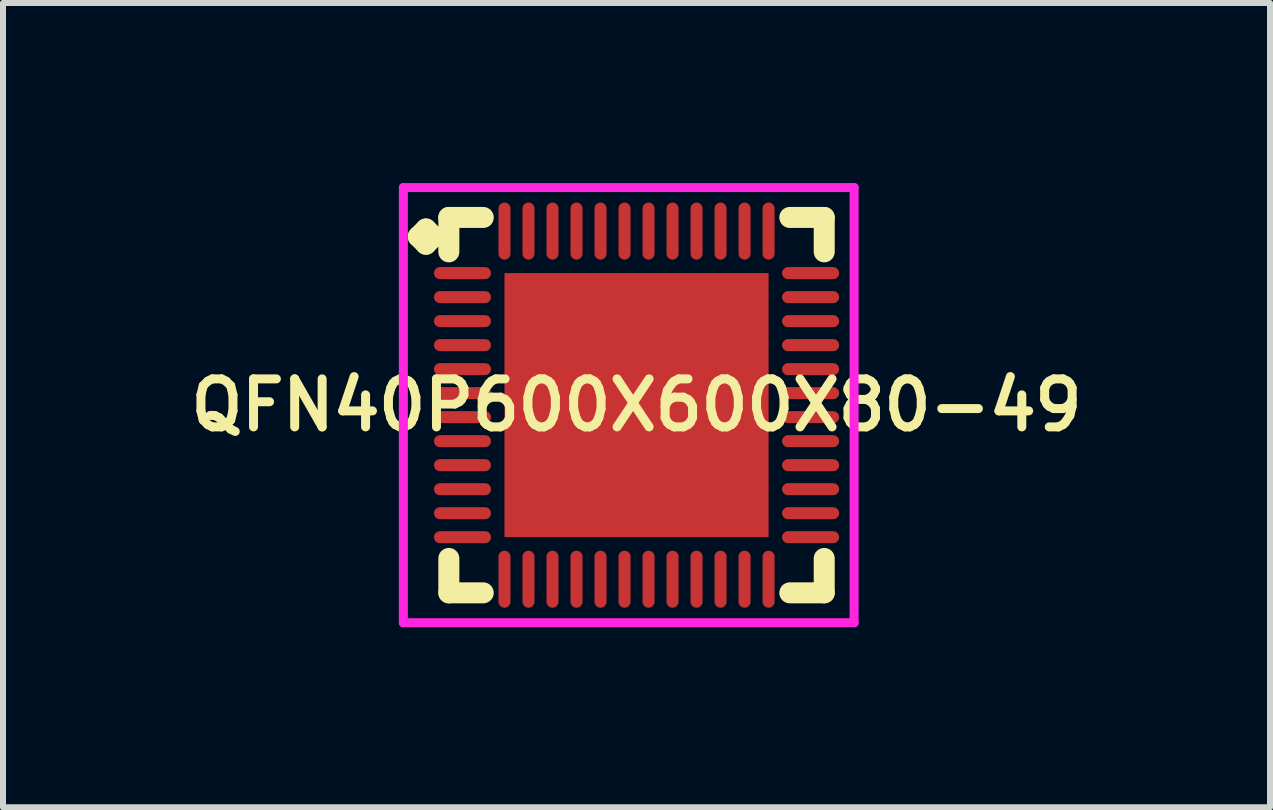
<source format=kicad_pcb>
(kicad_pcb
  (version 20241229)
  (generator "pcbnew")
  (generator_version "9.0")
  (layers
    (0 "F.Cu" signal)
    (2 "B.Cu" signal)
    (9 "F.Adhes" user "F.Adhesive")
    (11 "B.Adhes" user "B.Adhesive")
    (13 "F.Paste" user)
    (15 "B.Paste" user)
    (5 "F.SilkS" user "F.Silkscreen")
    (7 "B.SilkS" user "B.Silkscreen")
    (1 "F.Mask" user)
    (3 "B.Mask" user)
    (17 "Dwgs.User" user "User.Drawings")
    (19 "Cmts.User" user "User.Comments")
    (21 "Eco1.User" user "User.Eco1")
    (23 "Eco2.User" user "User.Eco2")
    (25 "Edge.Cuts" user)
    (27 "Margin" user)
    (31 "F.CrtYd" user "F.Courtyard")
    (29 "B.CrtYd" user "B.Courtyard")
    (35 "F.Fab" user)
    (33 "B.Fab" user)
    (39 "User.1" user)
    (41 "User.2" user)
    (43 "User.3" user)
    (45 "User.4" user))
  (footprint "QFN40P600X600X80-49"
    (layer "F.Cu")
    (at 7.555 3.7)
    (property "Reference" "QFN40P600X600X80-49" (at 0 0 0) (layer "F.SilkS") (effects (font (size 0.8 0.8) (thickness 0.15))))
    (attr through_hole)
    (fp_line (start -3.635 -2.808) (end -3.508 -2.935) (stroke (width 0.35) (type solid)) (layer "F.SilkS"))
    (fp_line (start -3.508 -2.935) (end -3.381 -2.808) (stroke (width 0.35) (type solid)) (layer "F.SilkS"))
    (fp_line (start -3.508 -2.681) (end -3.635 -2.808) (stroke (width 0.35) (type solid)) (layer "F.SilkS"))
    (fp_line (start -3.381 -2.808) (end -3.508 -2.681) (stroke (width 0.35) (type solid)) (layer "F.SilkS"))
    (fp_line (start -3.127 -3.127) (end -2.554 -3.127) (stroke (width 0.35) (type solid)) (layer "F.SilkS"))
    (fp_line (start -3.127 -2.554) (end -3.127 -3.127) (stroke (width 0.35) (type solid)) (layer "F.SilkS"))
    (fp_line (start -3.127 2.554) (end -3.127 3.127) (stroke (width 0.35) (type solid)) (layer "F.SilkS"))
    (fp_line (start -3.127 3.127) (end -2.554 3.127) (stroke (width 0.35) (type solid)) (layer "F.SilkS"))
    (fp_line (start 2.554 -3.127) (end 3.127 -3.127) (stroke (width 0.35) (type solid)) (layer "F.SilkS"))
    (fp_line (start 2.554 3.127) (end 3.127 3.127) (stroke (width 0.35) (type solid)) (layer "F.SilkS"))
    (fp_line (start 3.127 -3.127) (end 3.127 -2.554) (stroke (width 0.35) (type solid)) (layer "F.SilkS"))
    (fp_line (start 3.127 3.127) (end 3.127 2.554) (stroke (width 0.35) (type solid)) (layer "F.SilkS"))
    (fp_line (start -3.885 -3.625) (end 3.625 -3.625) (stroke (width 0.15) (type solid)) (layer "F.CrtYd"))
    (fp_line (start -3.885 3.625) (end -3.885 -3.625) (stroke (width 0.15) (type solid)) (layer "F.CrtYd"))
    (fp_line (start 3.625 -3.625) (end 3.625 3.625) (stroke (width 0.15) (type solid)) (layer "F.CrtYd"))
    (fp_line (start 3.625 3.625) (end -3.885 3.625) (stroke (width 0.15) (type solid)) (layer "F.CrtYd"))
    (pad "1" smd oval (at -2.9 -2.2) (size 0.95 0.2) (layers "F.Cu" "F.Mask" "F.Paste"))
    (pad "2" smd oval (at -2.9 -1.8) (size 0.95 0.2) (layers "F.Cu" "F.Mask" "F.Paste"))
    (pad "3" smd oval (at -2.9 -1.4) (size 0.95 0.2) (layers "F.Cu" "F.Mask" "F.Paste"))
    (pad "4" smd oval (at -2.9 -1) (size 0.95 0.2) (layers "F.Cu" "F.Mask" "F.Paste"))
    (pad "5" smd oval (at -2.9 -0.6) (size 0.95 0.2) (layers "F.Cu" "F.Mask" "F.Paste"))
    (pad "6" smd oval (at -2.9 -0.2) (size 0.95 0.2) (layers "F.Cu" "F.Mask" "F.Paste"))
    (pad "7" smd oval (at -2.9 0.2) (size 0.95 0.2) (layers "F.Cu" "F.Mask" "F.Paste"))
    (pad "8" smd oval (at -2.9 0.6) (size 0.95 0.2) (layers "F.Cu" "F.Mask" "F.Paste"))
    (pad "9" smd oval (at -2.9 1) (size 0.95 0.2) (layers "F.Cu" "F.Mask" "F.Paste"))
    (pad "10" smd oval (at -2.9 1.4) (size 0.95 0.2) (layers "F.Cu" "F.Mask" "F.Paste"))
    (pad "11" smd oval (at -2.9 1.8) (size 0.95 0.2) (layers "F.Cu" "F.Mask" "F.Paste"))
    (pad "12" smd oval (at -2.9 2.2) (size 0.95 0.2) (layers "F.Cu" "F.Mask" "F.Paste"))
    (pad "13" smd oval (at -2.2 2.9) (size 0.2 0.95) (layers "F.Cu" "F.Mask" "F.Paste"))
    (pad "14" smd oval (at -1.8 2.9) (size 0.2 0.95) (layers "F.Cu" "F.Mask" "F.Paste"))
    (pad "15" smd oval (at -1.4 2.9) (size 0.2 0.95) (layers "F.Cu" "F.Mask" "F.Paste"))
    (pad "16" smd oval (at -1 2.9) (size 0.2 0.95) (layers "F.Cu" "F.Mask" "F.Paste"))
    (pad "17" smd oval (at -0.6 2.9) (size 0.2 0.95) (layers "F.Cu" "F.Mask" "F.Paste"))
    (pad "18" smd oval (at -0.2 2.9) (size 0.2 0.95) (layers "F.Cu" "F.Mask" "F.Paste"))
    (pad "19" smd oval (at 0.2 2.9) (size 0.2 0.95) (layers "F.Cu" "F.Mask" "F.Paste"))
    (pad "20" smd oval (at 0.6 2.9) (size 0.2 0.95) (layers "F.Cu" "F.Mask" "F.Paste"))
    (pad "21" smd oval (at 1 2.9) (size 0.2 0.95) (layers "F.Cu" "F.Mask" "F.Paste"))
    (pad "22" smd oval (at 1.4 2.9) (size 0.2 0.95) (layers "F.Cu" "F.Mask" "F.Paste"))
    (pad "23" smd oval (at 1.8 2.9) (size 0.2 0.95) (layers "F.Cu" "F.Mask" "F.Paste"))
    (pad "24" smd oval (at 2.2 2.9) (size 0.2 0.95) (layers "F.Cu" "F.Mask" "F.Paste"))
    (pad "25" smd oval (at 2.9 2.2) (size 0.95 0.2) (layers "F.Cu" "F.Mask" "F.Paste"))
    (pad "26" smd oval (at 2.9 1.8) (size 0.95 0.2) (layers "F.Cu" "F.Mask" "F.Paste"))
    (pad "27" smd oval (at 2.9 1.4) (size 0.95 0.2) (layers "F.Cu" "F.Mask" "F.Paste"))
    (pad "28" smd oval (at 2.9 1) (size 0.95 0.2) (layers "F.Cu" "F.Mask" "F.Paste"))
    (pad "29" smd oval (at 2.9 0.6) (size 0.95 0.2) (layers "F.Cu" "F.Mask" "F.Paste"))
    (pad "30" smd oval (at 2.9 0.2) (size 0.95 0.2) (layers "F.Cu" "F.Mask" "F.Paste"))
    (pad "31" smd oval (at 2.9 -0.2) (size 0.95 0.2) (layers "F.Cu" "F.Mask" "F.Paste"))
    (pad "32" smd oval (at 2.9 -0.6) (size 0.95 0.2) (layers "F.Cu" "F.Mask" "F.Paste"))
    (pad "33" smd oval (at 2.9 -1) (size 0.95 0.2) (layers "F.Cu" "F.Mask" "F.Paste"))
    (pad "34" smd oval (at 2.9 -1.4) (size 0.95 0.2) (layers "F.Cu" "F.Mask" "F.Paste"))
    (pad "35" smd oval (at 2.9 -1.8) (size 0.95 0.2) (layers "F.Cu" "F.Mask" "F.Paste"))
    (pad "36" smd oval (at 2.9 -2.2) (size 0.95 0.2) (layers "F.Cu" "F.Mask" "F.Paste"))
    (pad "37" smd oval (at 2.2 -2.9) (size 0.2 0.95) (layers "F.Cu" "F.Mask" "F.Paste"))
    (pad "38" smd oval (at 1.8 -2.9) (size 0.2 0.95) (layers "F.Cu" "F.Mask" "F.Paste"))
    (pad "39" smd oval (at 1.4 -2.9) (size 0.2 0.95) (layers "F.Cu" "F.Mask" "F.Paste"))
    (pad "40" smd oval (at 1 -2.9) (size 0.2 0.95) (layers "F.Cu" "F.Mask" "F.Paste"))
    (pad "41" smd oval (at 0.6 -2.9) (size 0.2 0.95) (layers "F.Cu" "F.Mask" "F.Paste"))
    (pad "42" smd oval (at 0.2 -2.9) (size 0.2 0.95) (layers "F.Cu" "F.Mask" "F.Paste"))
    (pad "43" smd oval (at -0.2 -2.9) (size 0.2 0.95) (layers "F.Cu" "F.Mask" "F.Paste"))
    (pad "44" smd oval (at -0.6 -2.9) (size 0.2 0.95) (layers "F.Cu" "F.Mask" "F.Paste"))
    (pad "45" smd oval (at -1 -2.9) (size 0.2 0.95) (layers "F.Cu" "F.Mask" "F.Paste"))
    (pad "46" smd oval (at -1.4 -2.9) (size 0.2 0.95) (layers "F.Cu" "F.Mask" "F.Paste"))
    (pad "47" smd oval (at -1.8 -2.9) (size 0.2 0.95) (layers "F.Cu" "F.Mask" "F.Paste"))
    (pad "48" smd oval (at -2.2 -2.9) (size 0.2 0.95) (layers "F.Cu" "F.Mask" "F.Paste"))
    (pad "49" smd rect (at 0 0) (size 4.4 4.4) (layers "F.Cu" "F.Mask" "F.Paste")))
  (gr_rect
    (start -3 -3)
    (end 18.109 10.4)
    (stroke (width 0.1) (type default))
    (fill no)
    (layer "Edge.Cuts")))
</source>
